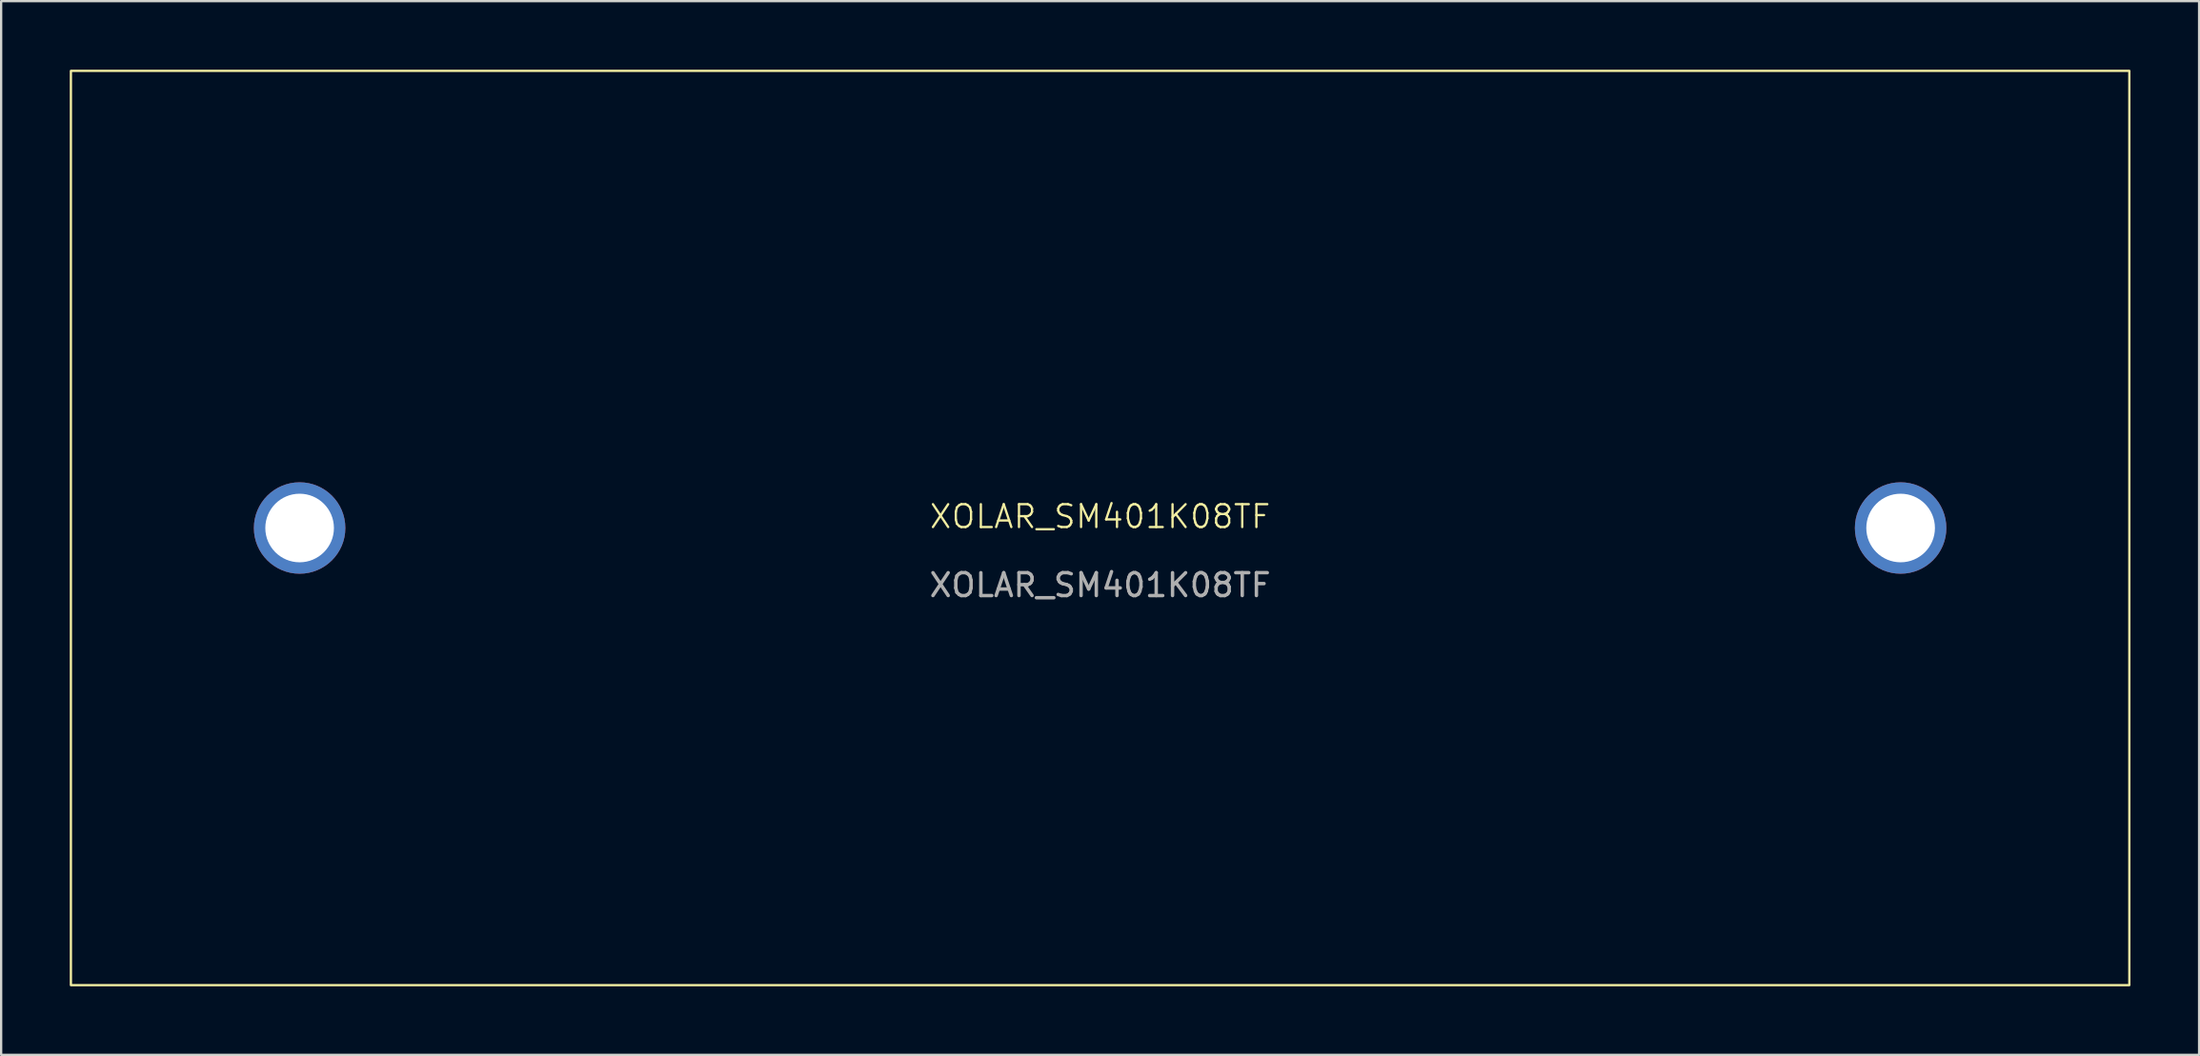
<source format=kicad_pcb>
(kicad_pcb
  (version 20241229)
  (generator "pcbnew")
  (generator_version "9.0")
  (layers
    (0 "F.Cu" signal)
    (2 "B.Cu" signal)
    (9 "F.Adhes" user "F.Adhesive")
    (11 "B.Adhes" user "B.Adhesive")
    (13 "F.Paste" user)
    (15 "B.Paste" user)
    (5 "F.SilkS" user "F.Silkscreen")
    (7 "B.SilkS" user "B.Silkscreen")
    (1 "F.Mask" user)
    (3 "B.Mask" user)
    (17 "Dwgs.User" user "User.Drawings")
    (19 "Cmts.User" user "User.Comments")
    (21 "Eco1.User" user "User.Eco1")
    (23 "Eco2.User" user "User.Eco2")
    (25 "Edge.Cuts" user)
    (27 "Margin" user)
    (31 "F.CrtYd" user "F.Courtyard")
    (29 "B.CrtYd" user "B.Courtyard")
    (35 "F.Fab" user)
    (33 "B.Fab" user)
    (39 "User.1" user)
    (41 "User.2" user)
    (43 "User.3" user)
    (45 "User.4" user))
  (footprint "XOLAR_SM401K08TF"
    (layer "F.Cu")
    (at 45.05 20.05)
    (property "Reference" "XOLAR_SM401K08TF" (at 0 -0.5 0) (unlocked yes) (layer "F.SilkS") (effects (font (size 1 1) (thickness 0.1))))
    (attr smd)
    (fp_rect (start -45 -20) (end 45 20) (stroke (width 0.1) (type solid)) (fill no) (layer "F.SilkS"))
    (fp_text user "${REFERENCE}" (at 0 2.5 0) (unlocked yes) (layer "F.Fab") (effects (font (size 1 1) (thickness 0.15))))
    (pad "" thru_hole circle (at -35 0) (size 4 4) (drill 3) (layers "*.Cu" "*.Mask"))
    (pad "" thru_hole circle (at 35 0) (size 4 4) (drill 3) (layers "*.Cu" "*.Mask")))
  (gr_rect
    (start -3 -3)
    (end 93.1 43.1)
    (stroke (width 0.1) (type default))
    (fill no)
    (layer "Edge.Cuts")))
</source>
